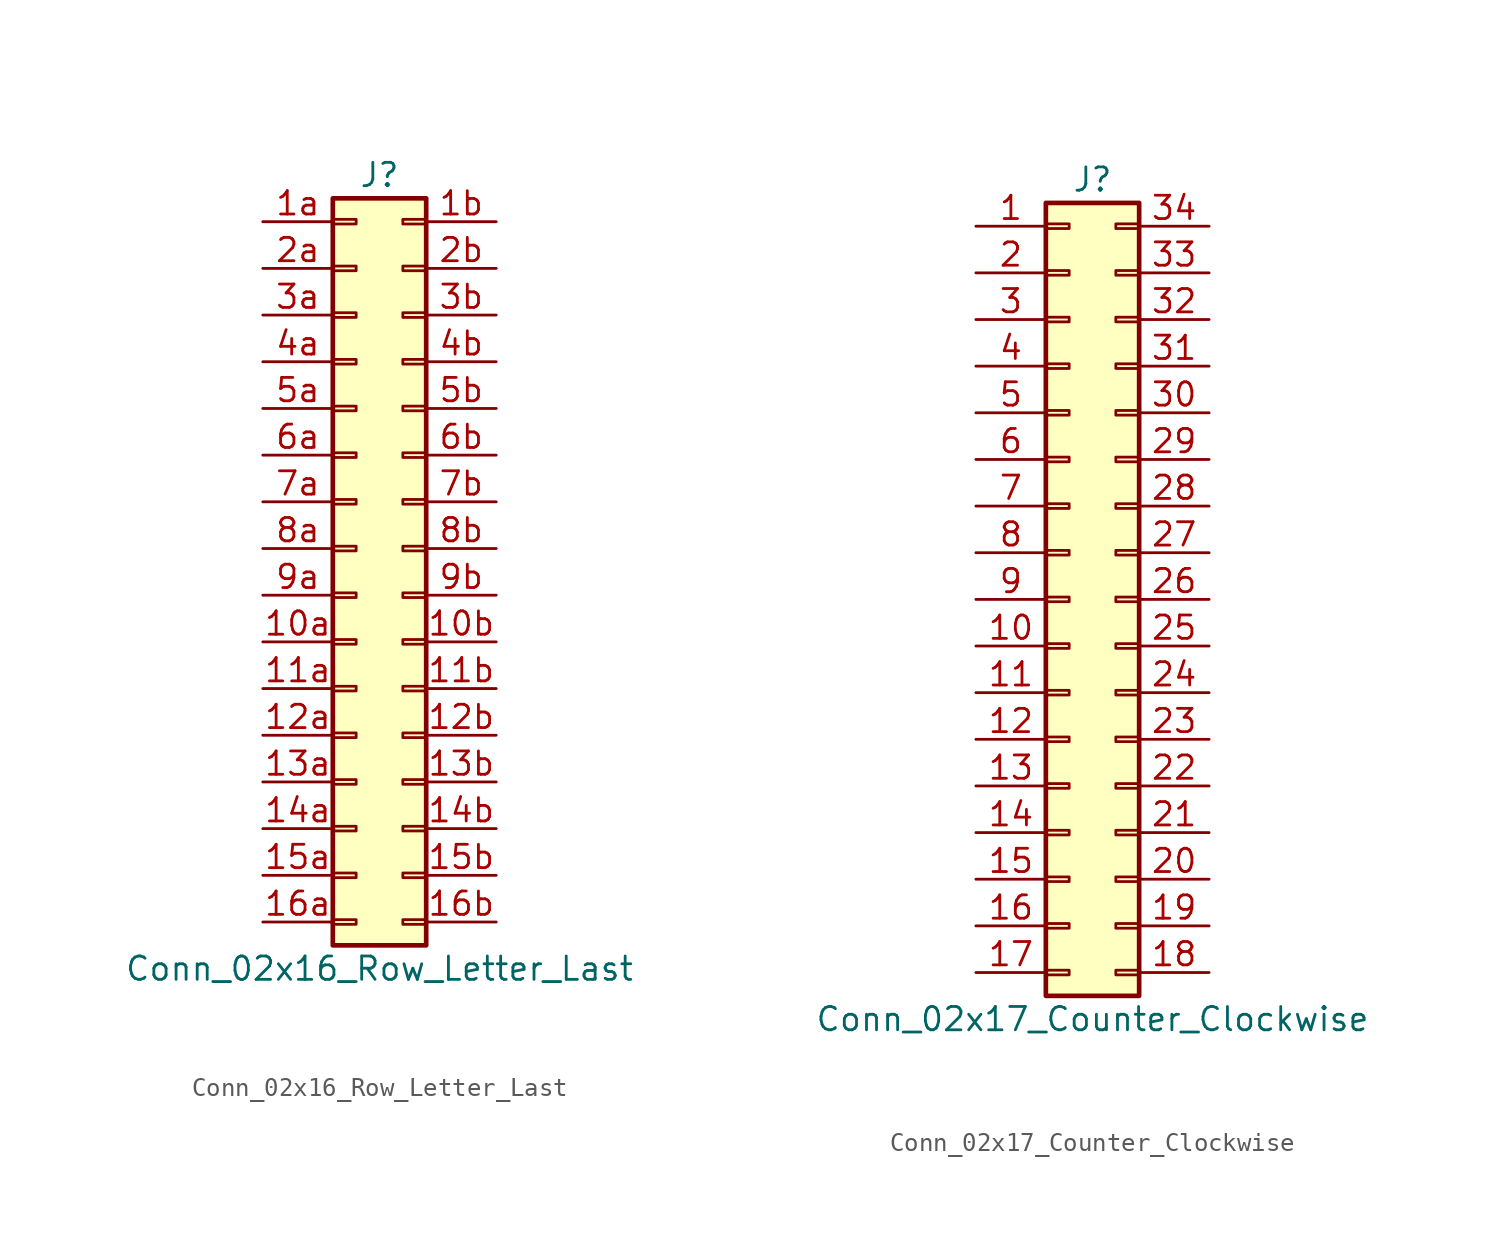
<source format=kicad_sym>
(kicad_symbol_lib
  (version 20220914)
  (generator kicad_symbol_editor)
  (symbol "Conn_02x16_Row_Letter_Last"
    (pin_names
      (offset 1.016) hide)
    (property "Reference" "J"
      (at 1.27 20.32 0)
      (effects (font (size 1.27 1.27))))
    (property "Value" "Conn_02x16_Row_Letter_Last"
      (at 1.27 -22.86 0)
      (effects (font (size 1.27 1.27))))
    (symbol "Conn_02x16_Row_Letter_Last_1_1"
      (rectangle (start -1.27 -20.193) (end 0 -20.447) (stroke (width 0.152) (type default)) (fill (type none)))
      (rectangle (start -1.27 -17.653) (end 0 -17.907) (stroke (width 0.152) (type default)) (fill (type none)))
      (rectangle (start -1.27 -15.113) (end 0 -15.367) (stroke (width 0.152) (type default)) (fill (type none)))
      (rectangle (start -1.27 -12.573) (end 0 -12.827) (stroke (width 0.152) (type default)) (fill (type none)))
      (rectangle (start -1.27 -10.033) (end 0 -10.287) (stroke (width 0.152) (type default)) (fill (type none)))
      (rectangle (start -1.27 -7.493) (end 0 -7.747) (stroke (width 0.152) (type default)) (fill (type none)))
      (rectangle (start -1.27 -4.953) (end 0 -5.207) (stroke (width 0.152) (type default)) (fill (type none)))
      (rectangle (start -1.27 -2.413) (end 0 -2.667) (stroke (width 0.152) (type default)) (fill (type none)))
      (rectangle (start -1.27 0.127) (end 0 -0.127) (stroke (width 0.152) (type default)) (fill (type none)))
      (rectangle (start -1.27 2.667) (end 0 2.413) (stroke (width 0.152) (type default)) (fill (type none)))
      (rectangle (start -1.27 5.207) (end 0 4.953) (stroke (width 0.152) (type default)) (fill (type none)))
      (rectangle (start -1.27 7.747) (end 0 7.493) (stroke (width 0.152) (type default)) (fill (type none)))
      (rectangle (start -1.27 10.287) (end 0 10.033) (stroke (width 0.152) (type default)) (fill (type none)))
      (rectangle (start -1.27 12.827) (end 0 12.573) (stroke (width 0.152) (type default)) (fill (type none)))
      (rectangle (start -1.27 15.367) (end 0 15.113) (stroke (width 0.152) (type default)) (fill (type none)))
      (rectangle (start -1.27 17.907) (end 0 17.653) (stroke (width 0.152) (type default)) (fill (type none)))
      (rectangle (start -1.27 19.05) (end 3.81 -21.59) (stroke (width 0.254) (type default)) (fill (type background)))
      (rectangle (start 3.81 -20.193) (end 2.54 -20.447) (stroke (width 0.152) (type default)) (fill (type none)))
      (rectangle (start 3.81 -17.653) (end 2.54 -17.907) (stroke (width 0.152) (type default)) (fill (type none)))
      (rectangle (start 3.81 -15.113) (end 2.54 -15.367) (stroke (width 0.152) (type default)) (fill (type none)))
      (rectangle (start 3.81 -12.573) (end 2.54 -12.827) (stroke (width 0.152) (type default)) (fill (type none)))
      (rectangle (start 3.81 -10.033) (end 2.54 -10.287) (stroke (width 0.152) (type default)) (fill (type none)))
      (rectangle (start 3.81 -7.493) (end 2.54 -7.747) (stroke (width 0.152) (type default)) (fill (type none)))
      (rectangle (start 3.81 -4.953) (end 2.54 -5.207) (stroke (width 0.152) (type default)) (fill (type none)))
      (rectangle (start 3.81 -2.413) (end 2.54 -2.667) (stroke (width 0.152) (type default)) (fill (type none)))
      (rectangle (start 3.81 0.127) (end 2.54 -0.127) (stroke (width 0.152) (type default)) (fill (type none)))
      (rectangle (start 3.81 2.667) (end 2.54 2.413) (stroke (width 0.152) (type default)) (fill (type none)))
      (rectangle (start 3.81 5.207) (end 2.54 4.953) (stroke (width 0.152) (type default)) (fill (type none)))
      (rectangle (start 3.81 7.747) (end 2.54 7.493) (stroke (width 0.152) (type default)) (fill (type none)))
      (rectangle (start 3.81 10.287) (end 2.54 10.033) (stroke (width 0.152) (type default)) (fill (type none)))
      (rectangle (start 3.81 12.827) (end 2.54 12.573) (stroke (width 0.152) (type default)) (fill (type none)))
      (rectangle (start 3.81 15.367) (end 2.54 15.113) (stroke (width 0.152) (type default)) (fill (type none)))
      (rectangle (start 3.81 17.907) (end 2.54 17.653) (stroke (width 0.152) (type default)) (fill (type none)))
      (pin passive line (at -5.08 -5.08 0) (length 3.81) (name "Pin_10a" (effects (font (size 1.27 1.27)))) (number "10a" (effects (font (size 1.27 1.27)))))
      (pin passive line (at 7.62 -5.08 180) (length 3.81) (name "Pin_10b" (effects (font (size 1.27 1.27)))) (number "10b" (effects (font (size 1.27 1.27)))))
      (pin passive line (at -5.08 -7.62 0) (length 3.81) (name "Pin_11a" (effects (font (size 1.27 1.27)))) (number "11a" (effects (font (size 1.27 1.27)))))
      (pin passive line (at 7.62 -7.62 180) (length 3.81) (name "Pin_11b" (effects (font (size 1.27 1.27)))) (number "11b" (effects (font (size 1.27 1.27)))))
      (pin passive line (at -5.08 -10.16 0) (length 3.81) (name "Pin_12a" (effects (font (size 1.27 1.27)))) (number "12a" (effects (font (size 1.27 1.27)))))
      (pin passive line (at 7.62 -10.16 180) (length 3.81) (name "Pin_12b" (effects (font (size 1.27 1.27)))) (number "12b" (effects (font (size 1.27 1.27)))))
      (pin passive line (at -5.08 -12.7 0) (length 3.81) (name "Pin_13a" (effects (font (size 1.27 1.27)))) (number "13a" (effects (font (size 1.27 1.27)))))
      (pin passive line (at 7.62 -12.7 180) (length 3.81) (name "Pin_13b" (effects (font (size 1.27 1.27)))) (number "13b" (effects (font (size 1.27 1.27)))))
      (pin passive line (at -5.08 -15.24 0) (length 3.81) (name "Pin_14a" (effects (font (size 1.27 1.27)))) (number "14a" (effects (font (size 1.27 1.27)))))
      (pin passive line (at 7.62 -15.24 180) (length 3.81) (name "Pin_14b" (effects (font (size 1.27 1.27)))) (number "14b" (effects (font (size 1.27 1.27)))))
      (pin passive line (at -5.08 -17.78 0) (length 3.81) (name "Pin_15a" (effects (font (size 1.27 1.27)))) (number "15a" (effects (font (size 1.27 1.27)))))
      (pin passive line (at 7.62 -17.78 180) (length 3.81) (name "Pin_15b" (effects (font (size 1.27 1.27)))) (number "15b" (effects (font (size 1.27 1.27)))))
      (pin passive line (at -5.08 -20.32 0) (length 3.81) (name "Pin_16a" (effects (font (size 1.27 1.27)))) (number "16a" (effects (font (size 1.27 1.27)))))
      (pin passive line (at 7.62 -20.32 180) (length 3.81) (name "Pin_16b" (effects (font (size 1.27 1.27)))) (number "16b" (effects (font (size 1.27 1.27)))))
      (pin passive line (at -5.08 17.78 0) (length 3.81) (name "Pin_1a" (effects (font (size 1.27 1.27)))) (number "1a" (effects (font (size 1.27 1.27)))))
      (pin passive line (at 7.62 17.78 180) (length 3.81) (name "Pin_1b" (effects (font (size 1.27 1.27)))) (number "1b" (effects (font (size 1.27 1.27)))))
      (pin passive line (at -5.08 15.24 0) (length 3.81) (name "Pin_2a" (effects (font (size 1.27 1.27)))) (number "2a" (effects (font (size 1.27 1.27)))))
      (pin passive line (at 7.62 15.24 180) (length 3.81) (name "Pin_2b" (effects (font (size 1.27 1.27)))) (number "2b" (effects (font (size 1.27 1.27)))))
      (pin passive line (at -5.08 12.7 0) (length 3.81) (name "Pin_3a" (effects (font (size 1.27 1.27)))) (number "3a" (effects (font (size 1.27 1.27)))))
      (pin passive line (at 7.62 12.7 180) (length 3.81) (name "Pin_3b" (effects (font (size 1.27 1.27)))) (number "3b" (effects (font (size 1.27 1.27)))))
      (pin passive line (at -5.08 10.16 0) (length 3.81) (name "Pin_4a" (effects (font (size 1.27 1.27)))) (number "4a" (effects (font (size 1.27 1.27)))))
      (pin passive line (at 7.62 10.16 180) (length 3.81) (name "Pin_4b" (effects (font (size 1.27 1.27)))) (number "4b" (effects (font (size 1.27 1.27)))))
      (pin passive line (at -5.08 7.62 0) (length 3.81) (name "Pin_5a" (effects (font (size 1.27 1.27)))) (number "5a" (effects (font (size 1.27 1.27)))))
      (pin passive line (at 7.62 7.62 180) (length 3.81) (name "Pin_5b" (effects (font (size 1.27 1.27)))) (number "5b" (effects (font (size 1.27 1.27)))))
      (pin passive line (at -5.08 5.08 0) (length 3.81) (name "Pin_6a" (effects (font (size 1.27 1.27)))) (number "6a" (effects (font (size 1.27 1.27)))))
      (pin passive line (at 7.62 5.08 180) (length 3.81) (name "Pin_6b" (effects (font (size 1.27 1.27)))) (number "6b" (effects (font (size 1.27 1.27)))))
      (pin passive line (at -5.08 2.54 0) (length 3.81) (name "Pin_7a" (effects (font (size 1.27 1.27)))) (number "7a" (effects (font (size 1.27 1.27)))))
      (pin passive line (at 7.62 2.54 180) (length 3.81) (name "Pin_7b" (effects (font (size 1.27 1.27)))) (number "7b" (effects (font (size 1.27 1.27)))))
      (pin passive line (at -5.08 0 0) (length 3.81) (name "Pin_8a" (effects (font (size 1.27 1.27)))) (number "8a" (effects (font (size 1.27 1.27)))))
      (pin passive line (at 7.62 0 180) (length 3.81) (name "Pin_8b" (effects (font (size 1.27 1.27)))) (number "8b" (effects (font (size 1.27 1.27)))))
      (pin passive line (at -5.08 -2.54 0) (length 3.81) (name "Pin_9a" (effects (font (size 1.27 1.27)))) (number "9a" (effects (font (size 1.27 1.27)))))
      (pin passive line (at 7.62 -2.54 180) (length 3.81) (name "Pin_9b" (effects (font (size 1.27 1.27)))) (number "9b" (effects (font (size 1.27 1.27)))))))
  (symbol "Conn_02x17_Counter_Clockwise"
    (pin_names
      (offset 1.016) hide)
    (property "Reference" "J"
      (at 1.27 22.86 0)
      (effects (font (size 1.27 1.27))))
    (property "Value" "Conn_02x17_Counter_Clockwise"
      (at 1.27 -22.86 0)
      (effects (font (size 1.27 1.27))))
    (symbol "Conn_02x17_Counter_Clockwise_1_1"
      (rectangle (start -1.27 -20.193) (end 0 -20.447) (stroke (width 0.152) (type default)) (fill (type none)))
      (rectangle (start -1.27 -17.653) (end 0 -17.907) (stroke (width 0.152) (type default)) (fill (type none)))
      (rectangle (start -1.27 -15.113) (end 0 -15.367) (stroke (width 0.152) (type default)) (fill (type none)))
      (rectangle (start -1.27 -12.573) (end 0 -12.827) (stroke (width 0.152) (type default)) (fill (type none)))
      (rectangle (start -1.27 -10.033) (end 0 -10.287) (stroke (width 0.152) (type default)) (fill (type none)))
      (rectangle (start -1.27 -7.493) (end 0 -7.747) (stroke (width 0.152) (type default)) (fill (type none)))
      (rectangle (start -1.27 -4.953) (end 0 -5.207) (stroke (width 0.152) (type default)) (fill (type none)))
      (rectangle (start -1.27 -2.413) (end 0 -2.667) (stroke (width 0.152) (type default)) (fill (type none)))
      (rectangle (start -1.27 0.127) (end 0 -0.127) (stroke (width 0.152) (type default)) (fill (type none)))
      (rectangle (start -1.27 2.667) (end 0 2.413) (stroke (width 0.152) (type default)) (fill (type none)))
      (rectangle (start -1.27 5.207) (end 0 4.953) (stroke (width 0.152) (type default)) (fill (type none)))
      (rectangle (start -1.27 7.747) (end 0 7.493) (stroke (width 0.152) (type default)) (fill (type none)))
      (rectangle (start -1.27 10.287) (end 0 10.033) (stroke (width 0.152) (type default)) (fill (type none)))
      (rectangle (start -1.27 12.827) (end 0 12.573) (stroke (width 0.152) (type default)) (fill (type none)))
      (rectangle (start -1.27 15.367) (end 0 15.113) (stroke (width 0.152) (type default)) (fill (type none)))
      (rectangle (start -1.27 17.907) (end 0 17.653) (stroke (width 0.152) (type default)) (fill (type none)))
      (rectangle (start -1.27 20.447) (end 0 20.193) (stroke (width 0.152) (type default)) (fill (type none)))
      (rectangle (start -1.27 21.59) (end 3.81 -21.59) (stroke (width 0.254) (type default)) (fill (type background)))
      (rectangle (start 3.81 -20.193) (end 2.54 -20.447) (stroke (width 0.152) (type default)) (fill (type none)))
      (rectangle (start 3.81 -17.653) (end 2.54 -17.907) (stroke (width 0.152) (type default)) (fill (type none)))
      (rectangle (start 3.81 -15.113) (end 2.54 -15.367) (stroke (width 0.152) (type default)) (fill (type none)))
      (rectangle (start 3.81 -12.573) (end 2.54 -12.827) (stroke (width 0.152) (type default)) (fill (type none)))
      (rectangle (start 3.81 -10.033) (end 2.54 -10.287) (stroke (width 0.152) (type default)) (fill (type none)))
      (rectangle (start 3.81 -7.493) (end 2.54 -7.747) (stroke (width 0.152) (type default)) (fill (type none)))
      (rectangle (start 3.81 -4.953) (end 2.54 -5.207) (stroke (width 0.152) (type default)) (fill (type none)))
      (rectangle (start 3.81 -2.413) (end 2.54 -2.667) (stroke (width 0.152) (type default)) (fill (type none)))
      (rectangle (start 3.81 0.127) (end 2.54 -0.127) (stroke (width 0.152) (type default)) (fill (type none)))
      (rectangle (start 3.81 2.667) (end 2.54 2.413) (stroke (width 0.152) (type default)) (fill (type none)))
      (rectangle (start 3.81 5.207) (end 2.54 4.953) (stroke (width 0.152) (type default)) (fill (type none)))
      (rectangle (start 3.81 7.747) (end 2.54 7.493) (stroke (width 0.152) (type default)) (fill (type none)))
      (rectangle (start 3.81 10.287) (end 2.54 10.033) (stroke (width 0.152) (type default)) (fill (type none)))
      (rectangle (start 3.81 12.827) (end 2.54 12.573) (stroke (width 0.152) (type default)) (fill (type none)))
      (rectangle (start 3.81 15.367) (end 2.54 15.113) (stroke (width 0.152) (type default)) (fill (type none)))
      (rectangle (start 3.81 17.907) (end 2.54 17.653) (stroke (width 0.152) (type default)) (fill (type none)))
      (rectangle (start 3.81 20.447) (end 2.54 20.193) (stroke (width 0.152) (type default)) (fill (type none)))
      (pin passive line (at -5.08 20.32 0) (length 3.81) (name "Pin_1" (effects (font (size 1.27 1.27)))) (number "1" (effects (font (size 1.27 1.27)))))
      (pin passive line (at -5.08 -2.54 0) (length 3.81) (name "Pin_10" (effects (font (size 1.27 1.27)))) (number "10" (effects (font (size 1.27 1.27)))))
      (pin passive line (at -5.08 -5.08 0) (length 3.81) (name "Pin_11" (effects (font (size 1.27 1.27)))) (number "11" (effects (font (size 1.27 1.27)))))
      (pin passive line (at -5.08 -7.62 0) (length 3.81) (name "Pin_12" (effects (font (size 1.27 1.27)))) (number "12" (effects (font (size 1.27 1.27)))))
      (pin passive line (at -5.08 -10.16 0) (length 3.81) (name "Pin_13" (effects (font (size 1.27 1.27)))) (number "13" (effects (font (size 1.27 1.27)))))
      (pin passive line (at -5.08 -12.7 0) (length 3.81) (name "Pin_14" (effects (font (size 1.27 1.27)))) (number "14" (effects (font (size 1.27 1.27)))))
      (pin passive line (at -5.08 -15.24 0) (length 3.81) (name "Pin_15" (effects (font (size 1.27 1.27)))) (number "15" (effects (font (size 1.27 1.27)))))
      (pin passive line (at -5.08 -17.78 0) (length 3.81) (name "Pin_16" (effects (font (size 1.27 1.27)))) (number "16" (effects (font (size 1.27 1.27)))))
      (pin passive line (at -5.08 -20.32 0) (length 3.81) (name "Pin_17" (effects (font (size 1.27 1.27)))) (number "17" (effects (font (size 1.27 1.27)))))
      (pin passive line (at 7.62 -20.32 180) (length 3.81) (name "Pin_18" (effects (font (size 1.27 1.27)))) (number "18" (effects (font (size 1.27 1.27)))))
      (pin passive line (at 7.62 -17.78 180) (length 3.81) (name "Pin_19" (effects (font (size 1.27 1.27)))) (number "19" (effects (font (size 1.27 1.27)))))
      (pin passive line (at -5.08 17.78 0) (length 3.81) (name "Pin_2" (effects (font (size 1.27 1.27)))) (number "2" (effects (font (size 1.27 1.27)))))
      (pin passive line (at 7.62 -15.24 180) (length 3.81) (name "Pin_20" (effects (font (size 1.27 1.27)))) (number "20" (effects (font (size 1.27 1.27)))))
      (pin passive line (at 7.62 -12.7 180) (length 3.81) (name "Pin_21" (effects (font (size 1.27 1.27)))) (number "21" (effects (font (size 1.27 1.27)))))
      (pin passive line (at 7.62 -10.16 180) (length 3.81) (name "Pin_22" (effects (font (size 1.27 1.27)))) (number "22" (effects (font (size 1.27 1.27)))))
      (pin passive line (at 7.62 -7.62 180) (length 3.81) (name "Pin_23" (effects (font (size 1.27 1.27)))) (number "23" (effects (font (size 1.27 1.27)))))
      (pin passive line (at 7.62 -5.08 180) (length 3.81) (name "Pin_24" (effects (font (size 1.27 1.27)))) (number "24" (effects (font (size 1.27 1.27)))))
      (pin passive line (at 7.62 -2.54 180) (length 3.81) (name "Pin_25" (effects (font (size 1.27 1.27)))) (number "25" (effects (font (size 1.27 1.27)))))
      (pin passive line (at 7.62 0 180) (length 3.81) (name "Pin_26" (effects (font (size 1.27 1.27)))) (number "26" (effects (font (size 1.27 1.27)))))
      (pin passive line (at 7.62 2.54 180) (length 3.81) (name "Pin_27" (effects (font (size 1.27 1.27)))) (number "27" (effects (font (size 1.27 1.27)))))
      (pin passive line (at 7.62 5.08 180) (length 3.81) (name "Pin_28" (effects (font (size 1.27 1.27)))) (number "28" (effects (font (size 1.27 1.27)))))
      (pin passive line (at 7.62 7.62 180) (length 3.81) (name "Pin_29" (effects (font (size 1.27 1.27)))) (number "29" (effects (font (size 1.27 1.27)))))
      (pin passive line (at -5.08 15.24 0) (length 3.81) (name "Pin_3" (effects (font (size 1.27 1.27)))) (number "3" (effects (font (size 1.27 1.27)))))
      (pin passive line (at 7.62 10.16 180) (length 3.81) (name "Pin_30" (effects (font (size 1.27 1.27)))) (number "30" (effects (font (size 1.27 1.27)))))
      (pin passive line (at 7.62 12.7 180) (length 3.81) (name "Pin_31" (effects (font (size 1.27 1.27)))) (number "31" (effects (font (size 1.27 1.27)))))
      (pin passive line (at 7.62 15.24 180) (length 3.81) (name "Pin_32" (effects (font (size 1.27 1.27)))) (number "32" (effects (font (size 1.27 1.27)))))
      (pin passive line (at 7.62 17.78 180) (length 3.81) (name "Pin_33" (effects (font (size 1.27 1.27)))) (number "33" (effects (font (size 1.27 1.27)))))
      (pin passive line (at 7.62 20.32 180) (length 3.81) (name "Pin_34" (effects (font (size 1.27 1.27)))) (number "34" (effects (font (size 1.27 1.27)))))
      (pin passive line (at -5.08 12.7 0) (length 3.81) (name "Pin_4" (effects (font (size 1.27 1.27)))) (number "4" (effects (font (size 1.27 1.27)))))
      (pin passive line (at -5.08 10.16 0) (length 3.81) (name "Pin_5" (effects (font (size 1.27 1.27)))) (number "5" (effects (font (size 1.27 1.27)))))
      (pin passive line (at -5.08 7.62 0) (length 3.81) (name "Pin_6" (effects (font (size 1.27 1.27)))) (number "6" (effects (font (size 1.27 1.27)))))
      (pin passive line (at -5.08 5.08 0) (length 3.81) (name "Pin_7" (effects (font (size 1.27 1.27)))) (number "7" (effects (font (size 1.27 1.27)))))
      (pin passive line (at -5.08 2.54 0) (length 3.81) (name "Pin_8" (effects (font (size 1.27 1.27)))) (number "8" (effects (font (size 1.27 1.27)))))
      (pin passive line (at -5.08 0 0) (length 3.81) (name "Pin_9" (effects (font (size 1.27 1.27)))) (number "9" (effects (font (size 1.27 1.27))))))))
</source>
